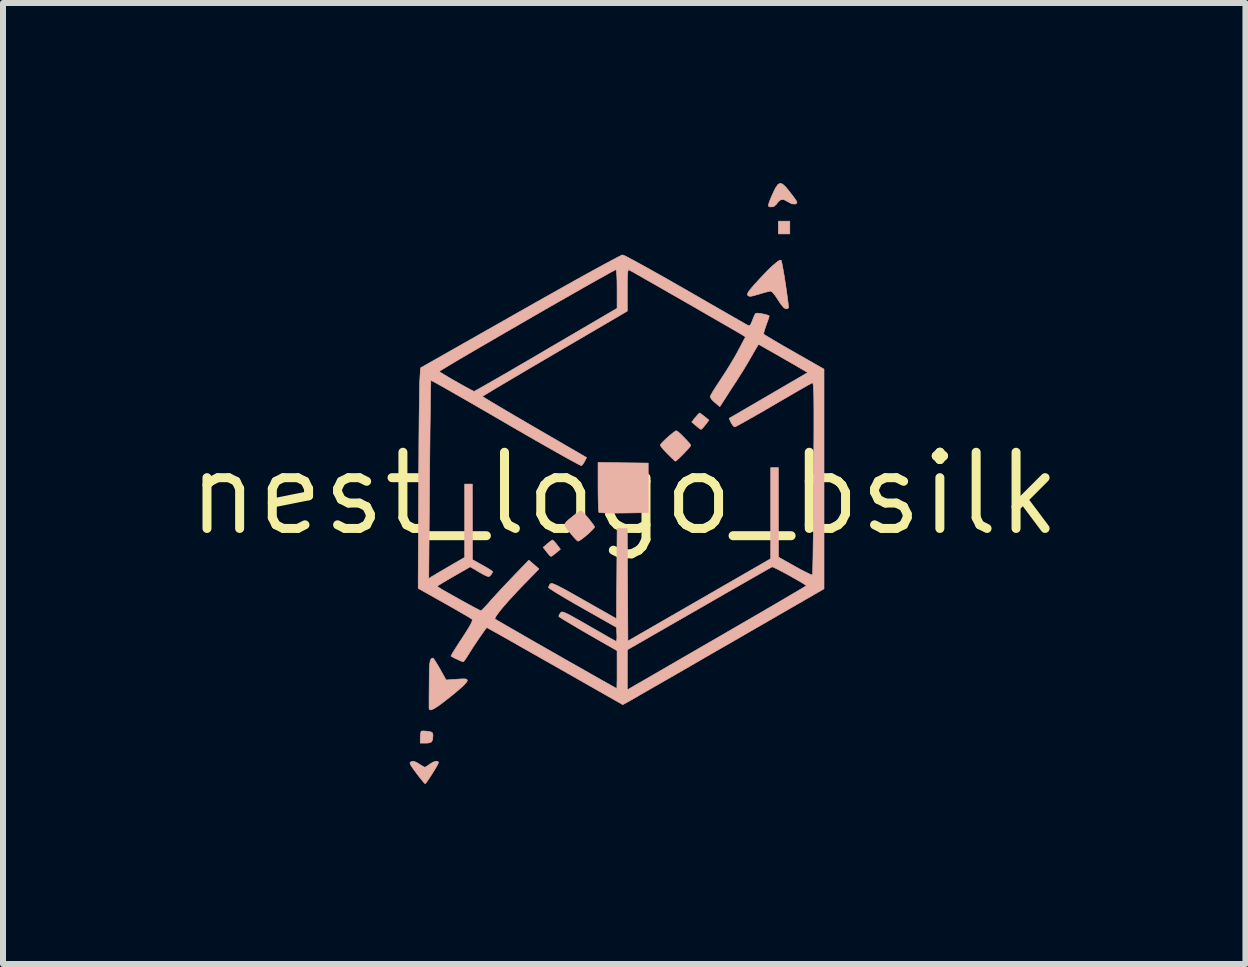
<source format=kicad_pcb>
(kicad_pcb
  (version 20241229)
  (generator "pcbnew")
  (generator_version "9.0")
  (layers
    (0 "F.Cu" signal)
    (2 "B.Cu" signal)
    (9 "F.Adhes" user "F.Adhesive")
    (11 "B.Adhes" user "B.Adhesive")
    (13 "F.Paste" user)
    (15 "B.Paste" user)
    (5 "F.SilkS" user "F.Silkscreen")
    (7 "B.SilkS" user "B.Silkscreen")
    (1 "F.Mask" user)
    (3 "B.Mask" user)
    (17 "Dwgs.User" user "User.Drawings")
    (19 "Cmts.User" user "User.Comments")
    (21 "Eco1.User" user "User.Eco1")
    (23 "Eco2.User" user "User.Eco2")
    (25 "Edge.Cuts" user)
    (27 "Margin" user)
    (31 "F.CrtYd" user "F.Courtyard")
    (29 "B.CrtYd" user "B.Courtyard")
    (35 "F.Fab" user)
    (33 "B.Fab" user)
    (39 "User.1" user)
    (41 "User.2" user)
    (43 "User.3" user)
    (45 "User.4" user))
  (footprint "nest_logo_bsilk"
    (layer "F.Cu")
    (at 7.355 5.179)
    (property "Reference" "nest_logo_bsilk" (at 0 0 0) (layer "F.SilkS") (effects (font (size 1.27 1.27) (thickness 0.15))))
    (attr through_hole board_only)
    (fp_poly (pts (xy 2.76 -4.33) (xy 2.569 -4.33) (xy 2.569 -4.542) (xy 2.76 -4.542) (xy 2.76 -4.33)) (stroke (width 0.01) (type solid)) (fill yes) (layer "B.SilkS"))
    (fp_poly (pts (xy -3.299 3.958) (xy -3.277 3.961) (xy -3.221 3.971) (xy -3.195 3.989) (xy -3.188 4.023) (xy -3.188 4.032) (xy -3.194 4.103) (xy -3.217 4.141) (xy -3.266 4.156) (xy -3.307 4.158) (xy -3.4 4.158) (xy -3.4 4.064) (xy -3.396 4.005) (xy -3.387 3.966) (xy -3.383 3.959) (xy -3.353 3.955) (xy -3.299 3.958)) (stroke (width 0.01) (type solid)) (fill yes) (layer "B.SilkS"))
    (fp_poly (pts (xy -1.176 0.787) (xy -1.141 0.825) (xy -1.123 0.849) (xy -1.064 0.926) (xy -1.135 0.986) (xy -1.182 1.023) (xy -1.215 1.044) (xy -1.221 1.046) (xy -1.242 1.031) (xy -1.276 0.992) (xy -1.293 0.97) (xy -1.351 0.895) (xy -1.28 0.834) (xy -1.234 0.796) (xy -1.202 0.774) (xy -1.196 0.772) (xy -1.176 0.787)) (stroke (width 0.01) (type solid)) (fill yes) (layer "B.SilkS"))
    (fp_poly (pts (xy 1.278 -1.332) (xy 1.319 -1.301) (xy 1.34 -1.285) (xy 1.412 -1.225) (xy 1.353 -1.148) (xy 1.315 -1.102) (xy 1.288 -1.075) (xy 1.281 -1.071) (xy 1.258 -1.084) (xy 1.216 -1.117) (xy 1.197 -1.133) (xy 1.125 -1.194) (xy 1.186 -1.27) (xy 1.224 -1.315) (xy 1.251 -1.342) (xy 1.257 -1.345) (xy 1.278 -1.332)) (stroke (width 0.01) (type solid)) (fill yes) (layer "B.SilkS"))
    (fp_poly (pts (xy -0.018 -0.515) (xy 0.4 -0.51) (xy 0.4 0.316) (xy -0.004 0.322) (xy -0.13 0.323) (xy -0.242 0.322) (xy -0.333 0.32) (xy -0.395 0.317) (xy -0.421 0.313) (xy -0.422 0.313) (xy -0.426 0.288) (xy -0.43 0.228) (xy -0.433 0.139) (xy -0.435 0.027) (xy -0.436 -0.099) (xy -0.436 -0.111) (xy -0.436 -0.521) (xy -0.018 -0.515)) (stroke (width 0.01) (type solid)) (fill yes) (layer "B.SilkS"))
    (fp_poly (pts (xy 2.639 -5.161) (xy 2.692 -5.112) (xy 2.76 -5.028) (xy 2.822 -4.948) (xy 2.86 -4.895) (xy 2.878 -4.863) (xy 2.877 -4.844) (xy 2.862 -4.833) (xy 2.846 -4.828) (xy 2.792 -4.832) (xy 2.725 -4.868) (xy 2.66 -4.902) (xy 2.609 -4.9) (xy 2.563 -4.86) (xy 2.54 -4.828) (xy 2.492 -4.784) (xy 2.431 -4.78) (xy 2.408 -4.788) (xy 2.403 -4.812) (xy 2.421 -4.871) (xy 2.46 -4.965) (xy 2.47 -4.987) (xy 2.518 -5.088) (xy 2.559 -5.15) (xy 2.597 -5.174) (xy 2.639 -5.161)) (stroke (width 0.01) (type solid)) (fill yes) (layer "B.SilkS"))
    (fp_poly (pts (xy -0.699 0.3) (xy -0.66 0.34) (xy -0.611 0.395) (xy -0.562 0.456) (xy -0.519 0.513) (xy -0.494 0.551) (xy -0.503 0.572) (xy -0.538 0.61) (xy -0.589 0.659) (xy -0.647 0.709) (xy -0.703 0.753) (xy -0.748 0.783) (xy -0.77 0.792) (xy -0.791 0.777) (xy -0.83 0.736) (xy -0.881 0.676) (xy -0.901 0.652) (xy -0.953 0.587) (xy -0.983 0.542) (xy -0.99 0.508) (xy -0.97 0.474) (xy -0.923 0.43) (xy -0.849 0.371) (xy -0.791 0.326) (xy -0.744 0.295) (xy -0.72 0.284) (xy -0.699 0.3)) (stroke (width 0.01) (type solid)) (fill yes) (layer "B.SilkS"))
    (fp_poly (pts (xy 0.894 -1.035) (xy 0.936 -0.998) (xy 0.988 -0.947) (xy 1.04 -0.893) (xy 1.083 -0.845) (xy 1.107 -0.811) (xy 1.109 -0.805) (xy 1.095 -0.782) (xy 1.059 -0.74) (xy 1.01 -0.687) (xy 0.956 -0.631) (xy 0.906 -0.583) (xy 0.868 -0.55) (xy 0.854 -0.541) (xy 0.835 -0.555) (xy 0.794 -0.593) (xy 0.74 -0.646) (xy 0.722 -0.664) (xy 0.666 -0.723) (xy 0.623 -0.773) (xy 0.602 -0.805) (xy 0.601 -0.81) (xy 0.616 -0.834) (xy 0.655 -0.875) (xy 0.708 -0.925) (xy 0.766 -0.976) (xy 0.819 -1.019) (xy 0.857 -1.045) (xy 0.869 -1.049) (xy 0.894 -1.035)) (stroke (width 0.01) (type solid)) (fill yes) (layer "B.SilkS"))
    (fp_poly (pts (xy -3.102 4.467) (xy -3.096 4.483) (xy -3.107 4.509) (xy -3.134 4.559) (xy -3.173 4.623) (xy -3.216 4.692) (xy -3.259 4.757) (xy -3.294 4.807) (xy -3.315 4.833) (xy -3.318 4.835) (xy -3.336 4.819) (xy -3.372 4.776) (xy -3.422 4.713) (xy -3.462 4.661) (xy -3.52 4.582) (xy -3.555 4.53) (xy -3.57 4.499) (xy -3.569 4.48) (xy -3.553 4.469) (xy -3.549 4.467) (xy -3.51 4.461) (xy -3.46 4.48) (xy -3.422 4.504) (xy -3.369 4.537) (xy -3.332 4.557) (xy -3.323 4.56) (xy -3.298 4.548) (xy -3.255 4.519) (xy -3.237 4.505) (xy -3.181 4.472) (xy -3.133 4.459) (xy -3.102 4.467)) (stroke (width 0.01) (type solid)) (fill yes) (layer "B.SilkS"))
    (fp_poly (pts (xy -3.172 2.757) (xy -3.142 2.803) (xy -3.101 2.871) (xy -3.072 2.922) (xy -2.969 3.105) (xy -2.793 3.093) (xy -2.706 3.087) (xy -2.654 3.087) (xy -2.627 3.093) (xy -2.617 3.107) (xy -2.616 3.12) (xy -2.634 3.149) (xy -2.683 3.201) (xy -2.764 3.274) (xy -2.874 3.365) (xy -2.897 3.383) (xy -3.018 3.478) (xy -3.111 3.546) (xy -3.178 3.587) (xy -3.222 3.605) (xy -3.246 3.6) (xy -3.253 3.581) (xy -3.253 3.552) (xy -3.253 3.488) (xy -3.253 3.396) (xy -3.252 3.284) (xy -3.251 3.163) (xy -3.25 3.018) (xy -3.247 2.911) (xy -3.242 2.834) (xy -3.233 2.785) (xy -3.221 2.756) (xy -3.203 2.743) (xy -3.186 2.74) (xy -3.172 2.757)) (stroke (width 0.01) (type solid)) (fill yes) (layer "B.SilkS"))
    (fp_poly (pts (xy 2.615 -3.891) (xy 2.623 -3.866) (xy 2.636 -3.806) (xy 2.651 -3.721) (xy 2.669 -3.619) (xy 2.686 -3.506) (xy 2.703 -3.393) (xy 2.718 -3.285) (xy 2.73 -3.193) (xy 2.737 -3.123) (xy 2.738 -3.097) (xy 2.721 -3.084) (xy 2.698 -3.081) (xy 2.663 -3.099) (xy 2.616 -3.153) (xy 2.565 -3.229) (xy 2.52 -3.298) (xy 2.478 -3.35) (xy 2.448 -3.376) (xy 2.442 -3.377) (xy 2.408 -3.371) (xy 2.346 -3.355) (xy 2.267 -3.332) (xy 2.248 -3.326) (xy 2.164 -3.302) (xy 2.111 -3.29) (xy 2.08 -3.292) (xy 2.061 -3.304) (xy 2.06 -3.305) (xy 2.053 -3.326) (xy 2.066 -3.357) (xy 2.101 -3.405) (xy 2.162 -3.476) (xy 2.163 -3.478) (xy 2.285 -3.611) (xy 2.392 -3.722) (xy 2.48 -3.806) (xy 2.549 -3.864) (xy 2.595 -3.892) (xy 2.615 -3.891)) (stroke (width 0.01) (type solid)) (fill yes) (layer "B.SilkS"))
    (fp_poly (pts (xy -0.028 -3.98) (xy -0.001 -3.97) (xy 0.059 -3.94) (xy 0.148 -3.893) (xy 0.263 -3.83) (xy 0.401 -3.754) (xy 0.558 -3.666) (xy 0.73 -3.569) (xy 0.914 -3.464) (xy 1.014 -3.407) (xy 1.203 -3.298) (xy 1.381 -3.195) (xy 1.547 -3.1) (xy 1.695 -3.015) (xy 1.822 -2.942) (xy 1.925 -2.883) (xy 2 -2.84) (xy 2.044 -2.815) (xy 2.053 -2.81) (xy 2.081 -2.8) (xy 2.101 -2.81) (xy 2.121 -2.849) (xy 2.136 -2.886) (xy 2.16 -2.948) (xy 2.182 -2.993) (xy 2.19 -3.005) (xy 2.216 -3.009) (xy 2.267 -3.004) (xy 2.328 -2.993) (xy 2.383 -2.979) (xy 2.417 -2.964) (xy 2.413 -2.944) (xy 2.397 -2.894) (xy 2.372 -2.826) (xy 2.369 -2.817) (xy 2.344 -2.745) (xy 2.328 -2.689) (xy 2.325 -2.66) (xy 2.325 -2.659) (xy 2.345 -2.645) (xy 2.398 -2.613) (xy 2.477 -2.566) (xy 2.578 -2.506) (xy 2.697 -2.437) (xy 2.829 -2.362) (xy 2.832 -2.36) (xy 3.33 -2.076) (xy 3.33 -0.245) (xy 3.33 1.586) (xy 1.771 2.486) (xy 1.532 2.623) (xy 1.302 2.756) (xy 1.083 2.883) (xy 0.878 3.001) (xy 0.69 3.109) (xy 0.523 3.205) (xy 0.378 3.288) (xy 0.26 3.356) (xy 0.171 3.408) (xy 0.113 3.441) (xy 0.095 3.451) (xy -0.024 3.517) (xy -0.458 3.27) (xy 0.051 3.27) (xy 0.153 3.211) (xy 0.187 3.191) (xy 0.255 3.152) (xy 0.354 3.095) (xy 0.48 3.022) (xy 0.63 2.935) (xy 0.801 2.836) (xy 0.991 2.726) (xy 1.195 2.608) (xy 1.411 2.483) (xy 1.636 2.353) (xy 1.645 2.348) (xy 1.867 2.219) (xy 2.078 2.097) (xy 2.276 1.982) (xy 2.456 1.877) (xy 2.618 1.782) (xy 2.757 1.7) (xy 2.871 1.633) (xy 2.957 1.582) (xy 3.013 1.548) (xy 3.035 1.534) (xy 3.035 1.533) (xy 3.017 1.518) (xy 2.97 1.489) (xy 2.901 1.448) (xy 2.818 1.401) (xy 2.729 1.351) (xy 2.642 1.304) (xy 2.564 1.264) (xy 2.504 1.234) (xy 2.47 1.22) (xy 2.465 1.219) (xy 2.444 1.231) (xy 2.389 1.262) (xy 2.304 1.31) (xy 2.192 1.374) (xy 2.055 1.452) (xy 1.897 1.543) (xy 1.721 1.643) (xy 1.53 1.753) (xy 1.327 1.87) (xy 1.25 1.914) (xy 0.052 2.602) (xy 0.051 3.27) (xy -0.458 3.27) (xy -1.153 2.874) (xy -1.354 2.76) (xy -1.543 2.653) (xy -1.718 2.554) (xy -1.875 2.464) (xy -2.012 2.387) (xy -2.125 2.323) (xy -2.211 2.275) (xy -2.267 2.244) (xy -2.289 2.232) (xy -2.29 2.232) (xy -2.305 2.248) (xy -2.338 2.292) (xy -2.383 2.357) (xy -2.436 2.433) (xy -2.49 2.514) (xy -2.541 2.592) (xy -2.583 2.659) (xy -2.597 2.681) (xy -2.636 2.743) (xy -2.668 2.787) (xy -2.686 2.803) (xy -2.711 2.794) (xy -2.759 2.773) (xy -2.815 2.747) (xy -2.863 2.722) (xy -2.888 2.707) (xy -2.879 2.688) (xy -2.851 2.64) (xy -2.807 2.569) (xy -2.75 2.48) (xy -2.703 2.409) (xy -2.629 2.295) (xy -2.578 2.211) (xy -2.547 2.153) (xy -2.533 2.116) (xy -2.535 2.096) (xy -2.537 2.093) (xy -2.562 2.076) (xy -2.619 2.041) (xy -2.702 1.993) (xy -2.805 1.933) (xy -2.923 1.866) (xy -2.999 1.823) (xy -3.434 1.578) (xy -3.434 1.415) (xy -3.258 1.415) (xy -3.207 1.382) (xy -3.17 1.36) (xy -3.105 1.321) (xy -3.02 1.271) (xy -2.925 1.216) (xy -2.907 1.205) (xy -2.659 1.062) (xy -2.659 -0.16) (xy -2.532 -0.16) (xy -2.531 0.469) (xy -2.531 1.099) (xy -2.362 1.193) (xy -2.288 1.235) (xy -2.23 1.271) (xy -2.198 1.294) (xy -2.193 1.3) (xy -2.204 1.326) (xy -2.223 1.354) (xy -2.24 1.373) (xy -2.259 1.381) (xy -2.29 1.374) (xy -2.338 1.352) (xy -2.411 1.311) (xy -2.459 1.282) (xy -2.567 1.219) (xy -2.846 1.379) (xy -2.942 1.435) (xy -3.023 1.483) (xy -3.083 1.519) (xy -3.116 1.541) (xy -3.12 1.545) (xy -3.095 1.561) (xy -3.042 1.594) (xy -2.966 1.637) (xy -2.875 1.689) (xy -2.776 1.745) (xy -2.675 1.801) (xy -2.579 1.853) (xy -2.496 1.898) (xy -2.432 1.931) (xy -2.393 1.95) (xy -2.386 1.952) (xy -2.366 1.935) (xy -2.325 1.892) (xy -2.269 1.831) (xy -2.221 1.776) (xy -2.151 1.699) (xy -2.062 1.602) (xy -1.962 1.496) (xy -1.863 1.392) (xy -1.831 1.358) (xy -1.59 1.108) (xy -1.505 1.181) (xy -1.421 1.254) (xy -1.654 1.494) (xy -1.791 1.636) (xy -1.909 1.764) (xy -2.006 1.874) (xy -2.081 1.965) (xy -2.131 2.033) (xy -2.154 2.076) (xy -2.153 2.09) (xy -2.133 2.102) (xy -2.079 2.134) (xy -1.998 2.181) (xy -1.892 2.242) (xy -1.765 2.315) (xy -1.623 2.397) (xy -1.468 2.486) (xy -1.305 2.579) (xy -1.138 2.674) (xy -0.971 2.77) (xy -0.808 2.862) (xy -0.653 2.95) (xy -0.511 3.031) (xy -0.384 3.103) (xy -0.278 3.162) (xy -0.197 3.208) (xy -0.144 3.237) (xy -0.124 3.247) (xy -0.124 3.247) (xy -0.122 3.227) (xy -0.121 3.173) (xy -0.119 3.09) (xy -0.119 2.987) (xy -0.119 2.932) (xy -0.119 2.617) (xy -0.606 2.338) (xy -0.735 2.263) (xy -0.852 2.194) (xy -0.951 2.135) (xy -1.027 2.089) (xy -1.076 2.057) (xy -1.092 2.043) (xy -1.081 2.016) (xy -1.063 1.988) (xy -1.052 1.976) (xy -1.037 1.971) (xy -1.013 1.975) (xy -0.975 1.99) (xy -0.92 2.017) (xy -0.842 2.06) (xy -0.737 2.119) (xy -0.599 2.198) (xy -0.594 2.201) (xy -0.47 2.272) (xy -0.358 2.336) (xy -0.264 2.39) (xy -0.191 2.431) (xy -0.147 2.455) (xy -0.136 2.461) (xy -0.126 2.446) (xy -0.122 2.4) (xy -0.123 2.348) (xy -0.129 2.228) (xy -0.696 1.907) (xy -0.836 1.827) (xy -0.964 1.753) (xy -1.074 1.687) (xy -1.163 1.633) (xy -1.226 1.592) (xy -1.258 1.568) (xy -1.262 1.564) (xy -1.25 1.529) (xy -1.235 1.506) (xy -1.225 1.498) (xy -1.207 1.497) (xy -1.177 1.505) (xy -1.133 1.524) (xy -1.069 1.556) (xy -0.982 1.602) (xy -0.867 1.666) (xy -0.722 1.748) (xy -0.669 1.778) (xy -0.129 2.084) (xy -0.118 0.581) (xy 0.05 0.581) (xy 0.056 1.518) (xy 0.061 2.456) (xy 2.442 1.084) (xy 2.442 -0.435) (xy 2.569 -0.435) (xy 2.57 1.057) (xy 2.847 1.212) (xy 2.944 1.266) (xy 3.028 1.309) (xy 3.092 1.34) (xy 3.13 1.354) (xy 3.137 1.353) (xy 3.139 1.33) (xy 3.142 1.268) (xy 3.144 1.171) (xy 3.147 1.041) (xy 3.149 0.881) (xy 3.152 0.696) (xy 3.154 0.488) (xy 3.156 0.262) (xy 3.158 0.019) (xy 3.159 -0.237) (xy 3.159 -0.26) (xy 3.16 -0.561) (xy 3.161 -0.821) (xy 3.162 -1.045) (xy 3.162 -1.234) (xy 3.162 -1.392) (xy 3.161 -1.521) (xy 3.16 -1.624) (xy 3.158 -1.704) (xy 3.155 -1.763) (xy 3.151 -1.805) (xy 3.147 -1.831) (xy 3.142 -1.844) (xy 3.137 -1.848) (xy 3.134 -1.848) (xy 3.109 -1.834) (xy 3.051 -1.802) (xy 2.966 -1.754) (xy 2.858 -1.692) (xy 2.732 -1.618) (xy 2.591 -1.537) (xy 2.484 -1.474) (xy 2.337 -1.388) (xy 2.2 -1.31) (xy 2.079 -1.241) (xy 1.979 -1.185) (xy 1.902 -1.143) (xy 1.855 -1.118) (xy 1.841 -1.113) (xy 1.816 -1.13) (xy 1.787 -1.173) (xy 1.781 -1.184) (xy 1.748 -1.255) (xy 2.404 -1.637) (xy 3.059 -2.019) (xy 2.968 -2.072) (xy 2.84 -2.147) (xy 2.712 -2.22) (xy 2.589 -2.291) (xy 2.477 -2.355) (xy 2.38 -2.41) (xy 2.305 -2.453) (xy 2.256 -2.48) (xy 2.239 -2.489) (xy 2.227 -2.471) (xy 2.199 -2.425) (xy 2.159 -2.356) (xy 2.123 -2.293) (xy 2.063 -2.189) (xy 1.99 -2.067) (xy 1.915 -1.948) (xy 1.875 -1.885) (xy 1.812 -1.789) (xy 1.75 -1.693) (xy 1.696 -1.609) (xy 1.666 -1.562) (xy 1.594 -1.451) (xy 1.51 -1.52) (xy 1.46 -1.568) (xy 1.435 -1.608) (xy 1.434 -1.622) (xy 1.448 -1.651) (xy 1.481 -1.708) (xy 1.53 -1.785) (xy 1.589 -1.875) (xy 1.615 -1.915) (xy 1.691 -2.031) (xy 1.77 -2.159) (xy 1.844 -2.283) (xy 1.903 -2.389) (xy 1.905 -2.394) (xy 2.021 -2.613) (xy 1.973 -2.644) (xy 1.94 -2.664) (xy 1.876 -2.701) (xy 1.785 -2.754) (xy 1.672 -2.819) (xy 1.54 -2.895) (xy 1.394 -2.979) (xy 1.239 -3.069) (xy 1.077 -3.162) (xy 0.915 -3.255) (xy 0.755 -3.346) (xy 0.603 -3.434) (xy 0.462 -3.514) (xy 0.336 -3.586) (xy 0.231 -3.646) (xy 0.15 -3.692) (xy 0.097 -3.721) (xy 0.078 -3.732) (xy 0.067 -3.727) (xy 0.06 -3.7) (xy 0.055 -3.647) (xy 0.052 -3.563) (xy 0.051 -3.443) (xy 0.051 -3.393) (xy 0.051 -3.043) (xy -1.156 -2.337) (xy -1.362 -2.216) (xy -1.557 -2.102) (xy -1.738 -1.995) (xy -1.902 -1.898) (xy -2.046 -1.813) (xy -2.167 -1.741) (xy -2.261 -1.684) (xy -2.326 -1.645) (xy -2.359 -1.624) (xy -2.362 -1.621) (xy -2.344 -1.608) (xy -2.294 -1.577) (xy -2.213 -1.528) (xy -2.107 -1.465) (xy -1.978 -1.389) (xy -1.831 -1.302) (xy -1.668 -1.207) (xy -1.495 -1.106) (xy -0.627 -0.602) (xy -0.659 -0.541) (xy -0.687 -0.495) (xy -0.711 -0.467) (xy -0.712 -0.467) (xy -0.733 -0.475) (xy -0.788 -0.503) (xy -0.873 -0.549) (xy -0.986 -0.611) (xy -1.123 -0.688) (xy -1.282 -0.778) (xy -1.459 -0.879) (xy -1.651 -0.989) (xy -1.855 -1.107) (xy -1.973 -1.176) (xy -2.183 -1.298) (xy -2.382 -1.413) (xy -2.566 -1.52) (xy -2.734 -1.616) (xy -2.882 -1.701) (xy -3.007 -1.772) (xy -3.107 -1.828) (xy -3.177 -1.867) (xy -3.216 -1.887) (xy -3.222 -1.89) (xy -3.224 -1.868) (xy -3.225 -1.807) (xy -3.228 -1.71) (xy -3.23 -1.58) (xy -3.232 -1.421) (xy -3.234 -1.236) (xy -3.237 -1.028) (xy -3.239 -0.8) (xy -3.242 -0.556) (xy -3.244 -0.298) (xy -3.245 -0.233) (xy -3.258 1.415) (xy -3.434 1.415) (xy -3.427 -0.048) (xy -3.426 -0.313) (xy -3.424 -0.57) (xy -3.423 -0.815) (xy -3.421 -1.045) (xy -3.419 -1.255) (xy -3.416 -1.442) (xy -3.414 -1.603) (xy -3.412 -1.732) (xy -3.41 -1.827) (xy -3.408 -1.884) (xy -3.408 -1.885) (xy -3.399 -2.036) (xy -3.083 -2.036) (xy -3.057 -2.018) (xy -3.003 -1.985) (xy -2.929 -1.941) (xy -2.843 -1.891) (xy -2.752 -1.839) (xy -2.665 -1.79) (xy -2.589 -1.749) (xy -2.533 -1.719) (xy -2.504 -1.706) (xy -2.502 -1.705) (xy -2.481 -1.716) (xy -2.426 -1.746) (xy -2.342 -1.794) (xy -2.23 -1.858) (xy -2.094 -1.936) (xy -1.936 -2.027) (xy -1.762 -2.129) (xy -1.572 -2.239) (xy -1.37 -2.357) (xy -1.301 -2.398) (xy -0.119 -3.09) (xy -0.119 -3.415) (xy -0.12 -3.541) (xy -0.124 -3.638) (xy -0.129 -3.704) (xy -0.136 -3.733) (xy -0.139 -3.734) (xy -0.17 -3.719) (xy -0.232 -3.686) (xy -0.323 -3.635) (xy -0.44 -3.57) (xy -0.579 -3.492) (xy -0.736 -3.403) (xy -0.909 -3.304) (xy -1.094 -3.199) (xy -1.288 -3.088) (xy -1.487 -2.973) (xy -1.688 -2.857) (xy -1.887 -2.742) (xy -2.082 -2.629) (xy -2.269 -2.52) (xy -2.445 -2.418) (xy -2.606 -2.324) (xy -2.75 -2.24) (xy -2.872 -2.167) (xy -2.969 -2.109) (xy -3.038 -2.067) (xy -3.076 -2.042) (xy -3.083 -2.036) (xy -3.399 -2.036) (xy -3.395 -2.097) (xy -1.735 -3.039) (xy -1.49 -3.178) (xy -1.255 -3.31) (xy -1.033 -3.435) (xy -0.826 -3.551) (xy -0.637 -3.656) (xy -0.468 -3.749) (xy -0.323 -3.828) (xy -0.203 -3.892) (xy -0.113 -3.94) (xy -0.053 -3.97) (xy -0.028 -3.98) (xy -0.028 -3.98)) (stroke (width 0.01) (type solid)) (fill yes) (layer "B.SilkS")))
  (gr_rect
    (start -3 -3)
    (end 17.71 13.019)
    (stroke (width 0.1) (type default))
    (fill no)
    (layer "Edge.Cuts")))
</source>
